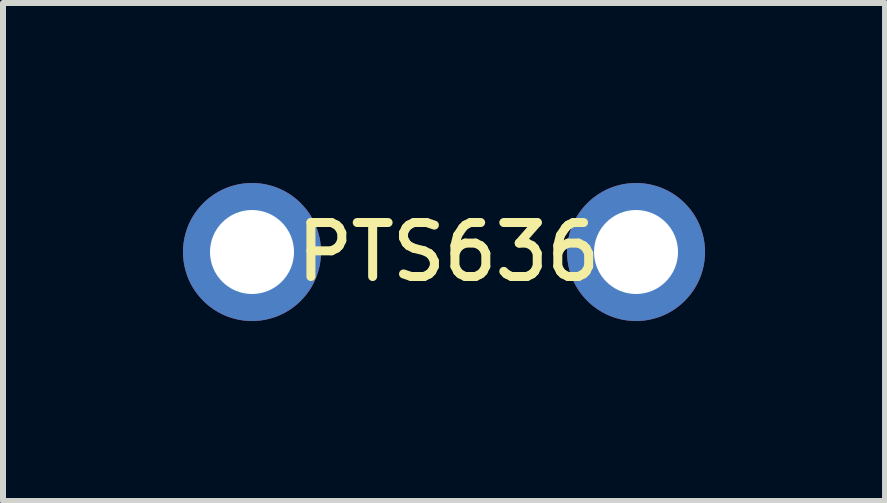
<source format=kicad_pcb>
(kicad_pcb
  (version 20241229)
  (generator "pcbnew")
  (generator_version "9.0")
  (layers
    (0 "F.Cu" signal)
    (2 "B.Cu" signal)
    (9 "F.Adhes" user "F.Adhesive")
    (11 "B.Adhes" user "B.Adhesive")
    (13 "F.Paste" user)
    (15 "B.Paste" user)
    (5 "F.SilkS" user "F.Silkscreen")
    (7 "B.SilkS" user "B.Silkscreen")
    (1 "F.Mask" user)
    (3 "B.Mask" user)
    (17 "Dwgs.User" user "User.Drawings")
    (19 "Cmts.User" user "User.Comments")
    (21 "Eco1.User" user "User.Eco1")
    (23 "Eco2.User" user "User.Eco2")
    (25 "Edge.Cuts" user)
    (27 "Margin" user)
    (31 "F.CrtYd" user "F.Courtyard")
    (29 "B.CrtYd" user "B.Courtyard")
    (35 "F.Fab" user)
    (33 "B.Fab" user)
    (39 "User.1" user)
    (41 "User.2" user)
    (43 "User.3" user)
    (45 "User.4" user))
  (footprint "PTS636"
    (layer "F.Cu")
    (at 4.425 1.15)
    (property "Reference" "PTS636" (at 0 0 0) (layer "F.SilkS") (effects (font (size 0.9 0.9) (thickness 0.15))))
    (attr through_hole)
    (pad "1" thru_hole circle (at -3.275 0) (size 2.3 2.3) (drill 1.4) (layers "*.Cu" "*.Mask"))
    (pad "2" thru_hole circle (at 3.125 0) (size 2.3 2.3) (drill 1.4) (layers "*.Cu" "*.Mask")))
  (gr_rect
    (start -3 -3)
    (end 11.7 5.3)
    (stroke (width 0.1) (type default))
    (fill no)
    (layer "Edge.Cuts")))
</source>
